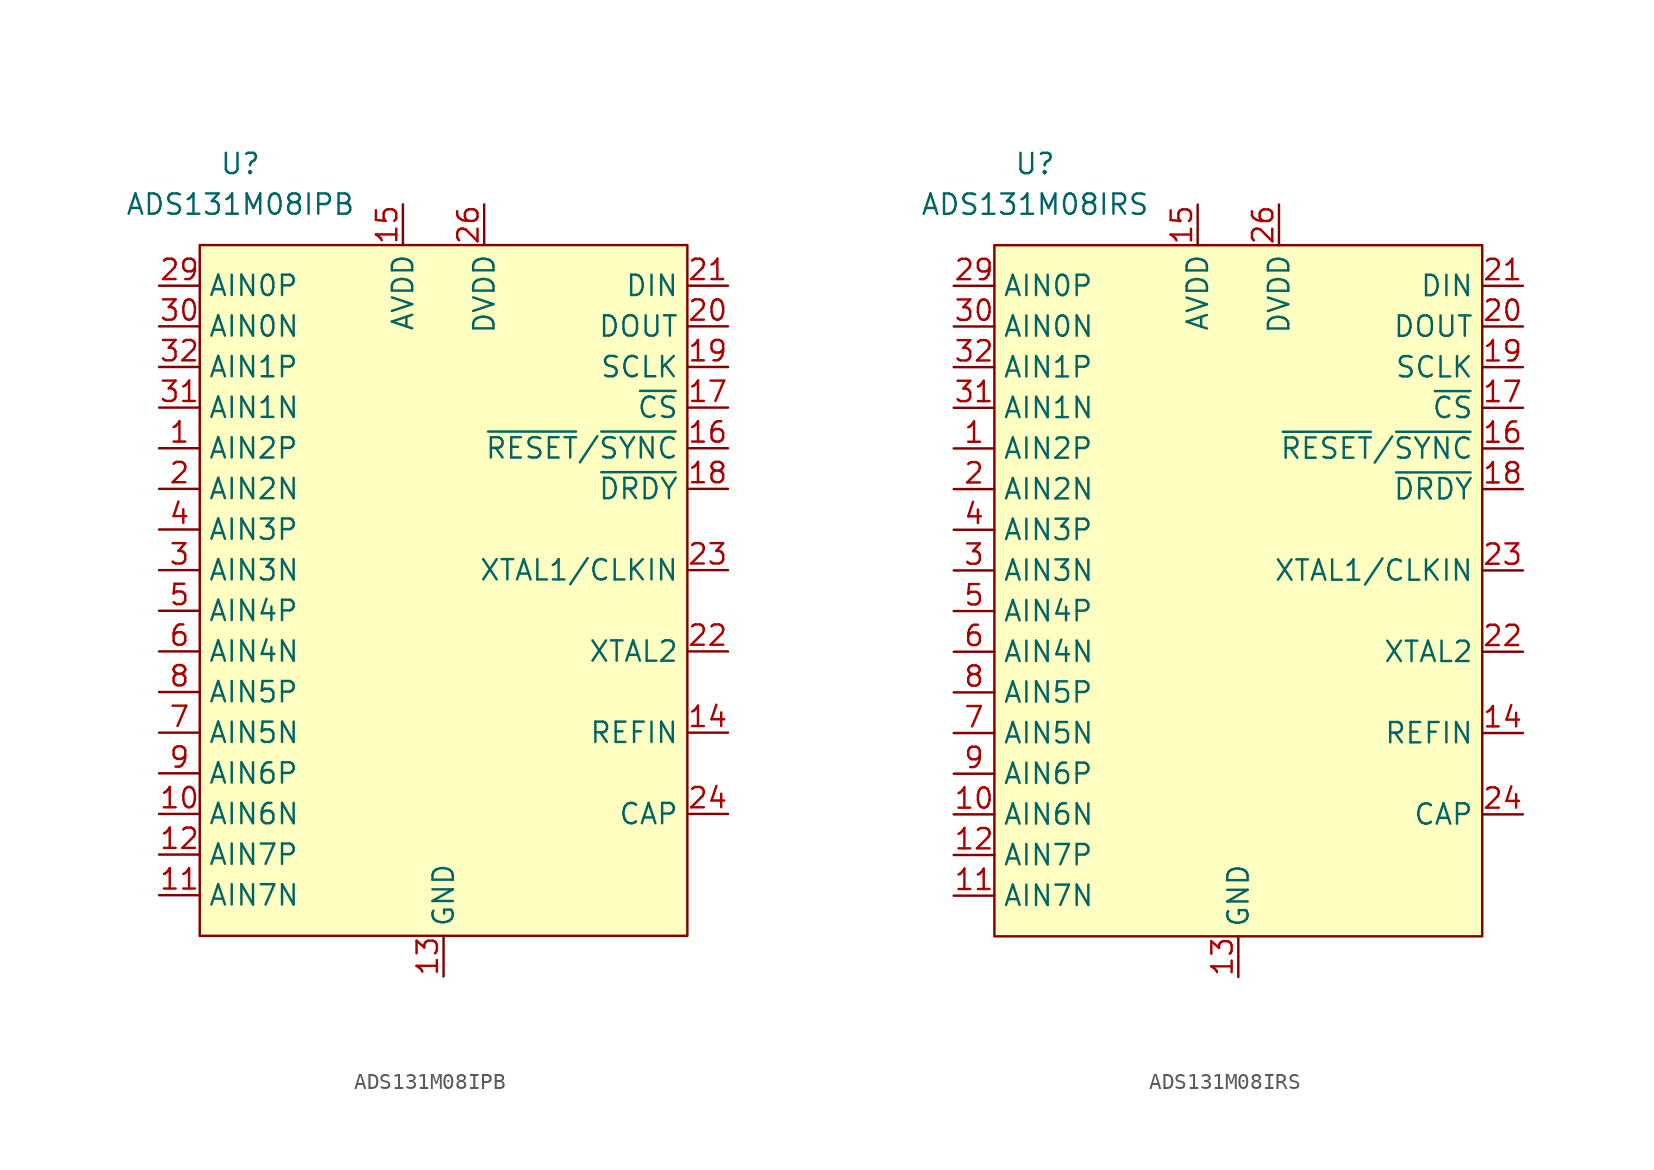
<source format=kicad_sym>
(kicad_symbol_lib
  (version 20231120)
  (generator "kicad_symbol_editor")
  (generator_version "8.0")
  (symbol "ADS131M08IPB"
    (property "Reference" "U"
      (at -12.7 27.94 0)
      (effects (font (size 1.27 1.27))))
    (property "Value" "ADS131M08IPB"
      (at -12.7 25.4 0)
      (effects (font (size 1.27 1.27))))
    (symbol "ADS131M08IPB_0_0"
      (pin input line (at -17.78 10.16 0) (length 2.54) (name "AIN2P" (effects (font (size 1.27 1.27)))) (number "1" (effects (font (size 1.27 1.27)))))
      (pin input line (at -17.78 -12.7 0) (length 2.54) (name "AIN6N" (effects (font (size 1.27 1.27)))) (number "10" (effects (font (size 1.27 1.27)))))
      (pin input line (at -17.78 -17.78 0) (length 2.54) (name "AIN7N" (effects (font (size 1.27 1.27)))) (number "11" (effects (font (size 1.27 1.27)))))
      (pin input line (at -17.78 -15.24 0) (length 2.54) (name "AIN7P" (effects (font (size 1.27 1.27)))) (number "12" (effects (font (size 1.27 1.27)))))
      (pin power_in line (at 0 -22.86 90) (length 2.54) (name "GND" (effects (font (size 1.27 1.27)))) (number "13" (effects (font (size 1.27 1.27)))))
      (pin input line (at 17.78 -7.62 180) (length 2.54) (name "REFIN" (effects (font (size 1.27 1.27)))) (number "14" (effects (font (size 1.27 1.27)))))
      (pin power_in line (at -2.54 25.4 270) (length 2.54) (name "AVDD" (effects (font (size 1.27 1.27)))) (number "15" (effects (font (size 1.27 1.27)))))
      (pin input line (at 17.78 15.24 180) (length 2.54) (name "SCLK" (effects (font (size 1.27 1.27)))) (number "19" (effects (font (size 1.27 1.27)))))
      (pin input line (at -17.78 7.62 0) (length 2.54) (name "AIN2N" (effects (font (size 1.27 1.27)))) (number "2" (effects (font (size 1.27 1.27)))))
      (pin output line (at 17.78 17.78 180) (length 2.54) (name "DOUT" (effects (font (size 1.27 1.27)))) (number "20" (effects (font (size 1.27 1.27)))))
      (pin input line (at 17.78 20.32 180) (length 2.54) (name "DIN" (effects (font (size 1.27 1.27)))) (number "21" (effects (font (size 1.27 1.27)))))
      (pin output line (at 17.78 -2.54 180) (length 2.54) (name "XTAL2" (effects (font (size 1.27 1.27)))) (number "22" (effects (font (size 1.27 1.27)))))
      (pin input line (at 17.78 2.54 180) (length 2.54) (name "XTAL1/CLKIN" (effects (font (size 1.27 1.27)))) (number "23" (effects (font (size 1.27 1.27)))))
      (pin output line (at 17.78 -12.7 180) (length 2.54) (name "CAP" (effects (font (size 1.27 1.27)))) (number "24" (effects (font (size 1.27 1.27)))))
      (pin passive line (at 0 -22.86 90) (length 2.54) hide (name "DGND" (effects (font (size 1.27 1.27)))) (number "25" (effects (font (size 1.27 1.27)))))
      (pin power_in line (at 2.54 25.4 270) (length 2.54) (name "DVDD" (effects (font (size 1.27 1.27)))) (number "26" (effects (font (size 1.27 1.27)))))
      (pin passive line (at 0 -22.86 90) (length 2.54) hide (name "AGND" (effects (font (size 1.27 1.27)))) (number "28" (effects (font (size 1.27 1.27)))))
      (pin input line (at -17.78 20.32 0) (length 2.54) (name "AIN0P" (effects (font (size 1.27 1.27)))) (number "29" (effects (font (size 1.27 1.27)))))
      (pin input line (at -17.78 2.54 0) (length 2.54) (name "AIN3N" (effects (font (size 1.27 1.27)))) (number "3" (effects (font (size 1.27 1.27)))))
      (pin input line (at -17.78 17.78 0) (length 2.54) (name "AIN0N" (effects (font (size 1.27 1.27)))) (number "30" (effects (font (size 1.27 1.27)))))
      (pin input line (at -17.78 12.7 0) (length 2.54) (name "AIN1N" (effects (font (size 1.27 1.27)))) (number "31" (effects (font (size 1.27 1.27)))))
      (pin input line (at -17.78 15.24 0) (length 2.54) (name "AIN1P" (effects (font (size 1.27 1.27)))) (number "32" (effects (font (size 1.27 1.27)))))
      (pin input line (at -17.78 5.08 0) (length 2.54) (name "AIN3P" (effects (font (size 1.27 1.27)))) (number "4" (effects (font (size 1.27 1.27)))))
      (pin input line (at -17.78 0 0) (length 2.54) (name "AIN4P" (effects (font (size 1.27 1.27)))) (number "5" (effects (font (size 1.27 1.27)))))
      (pin input line (at -17.78 -2.54 0) (length 2.54) (name "AIN4N" (effects (font (size 1.27 1.27)))) (number "6" (effects (font (size 1.27 1.27)))))
      (pin input line (at -17.78 -7.62 0) (length 2.54) (name "AIN5N" (effects (font (size 1.27 1.27)))) (number "7" (effects (font (size 1.27 1.27)))))
      (pin input line (at -17.78 -5.08 0) (length 2.54) (name "AIN5P" (effects (font (size 1.27 1.27)))) (number "8" (effects (font (size 1.27 1.27)))))
      (pin input line (at -17.78 -10.16 0) (length 2.54) (name "AIN6P" (effects (font (size 1.27 1.27)))) (number "9" (effects (font (size 1.27 1.27))))))
    (symbol "ADS131M08IPB_1_0"
      (pin input line (at 17.78 10.16 180) (length 2.54) (name "~{RESET}/~{SYNC}" (effects (font (size 1.27 1.27)))) (number "16" (effects (font (size 1.27 1.27)))))
      (pin input line (at 17.78 12.7 180) (length 2.54) (name "~{CS}" (effects (font (size 1.27 1.27)))) (number "17" (effects (font (size 1.27 1.27)))))
      (pin output line (at 17.78 7.62 180) (length 2.54) (name "~{DRDY}" (effects (font (size 1.27 1.27)))) (number "18" (effects (font (size 1.27 1.27)))))
      (pin no_connect line (at 5.08 -20.32 90) (length 2.54) hide (name "NC" (effects (font (size 1.27 1.27)))) (number "27" (effects (font (size 1.27 1.27))))))
    (symbol "ADS131M08IPB_1_1"
      (rectangle (start -15.24 22.86) (end 15.24 -20.32) (stroke (width 0) (type default)) (fill (type background)))))
  (symbol "ADS131M08IRS"
    (property "Reference" "U"
      (at -12.7 27.94 0)
      (effects (font (size 1.27 1.27))))
    (property "Value" "ADS131M08IRS"
      (at -12.7 25.4 0)
      (effects (font (size 1.27 1.27))))
    (symbol "ADS131M08IRS_0_0"
      (pin input line (at -17.78 10.16 0) (length 2.54) (name "AIN2P" (effects (font (size 1.27 1.27)))) (number "1" (effects (font (size 1.27 1.27)))))
      (pin input line (at -17.78 -12.7 0) (length 2.54) (name "AIN6N" (effects (font (size 1.27 1.27)))) (number "10" (effects (font (size 1.27 1.27)))))
      (pin input line (at -17.78 -17.78 0) (length 2.54) (name "AIN7N" (effects (font (size 1.27 1.27)))) (number "11" (effects (font (size 1.27 1.27)))))
      (pin input line (at -17.78 -15.24 0) (length 2.54) (name "AIN7P" (effects (font (size 1.27 1.27)))) (number "12" (effects (font (size 1.27 1.27)))))
      (pin power_in line (at 0 -22.86 90) (length 2.54) (name "GND" (effects (font (size 1.27 1.27)))) (number "13" (effects (font (size 1.27 1.27)))))
      (pin input line (at 17.78 -7.62 180) (length 2.54) (name "REFIN" (effects (font (size 1.27 1.27)))) (number "14" (effects (font (size 1.27 1.27)))))
      (pin power_in line (at -2.54 25.4 270) (length 2.54) (name "AVDD" (effects (font (size 1.27 1.27)))) (number "15" (effects (font (size 1.27 1.27)))))
      (pin input line (at 17.78 15.24 180) (length 2.54) (name "SCLK" (effects (font (size 1.27 1.27)))) (number "19" (effects (font (size 1.27 1.27)))))
      (pin input line (at -17.78 7.62 0) (length 2.54) (name "AIN2N" (effects (font (size 1.27 1.27)))) (number "2" (effects (font (size 1.27 1.27)))))
      (pin output line (at 17.78 17.78 180) (length 2.54) (name "DOUT" (effects (font (size 1.27 1.27)))) (number "20" (effects (font (size 1.27 1.27)))))
      (pin input line (at 17.78 20.32 180) (length 2.54) (name "DIN" (effects (font (size 1.27 1.27)))) (number "21" (effects (font (size 1.27 1.27)))))
      (pin output line (at 17.78 -2.54 180) (length 2.54) (name "XTAL2" (effects (font (size 1.27 1.27)))) (number "22" (effects (font (size 1.27 1.27)))))
      (pin input line (at 17.78 2.54 180) (length 2.54) (name "XTAL1/CLKIN" (effects (font (size 1.27 1.27)))) (number "23" (effects (font (size 1.27 1.27)))))
      (pin output line (at 17.78 -12.7 180) (length 2.54) (name "CAP" (effects (font (size 1.27 1.27)))) (number "24" (effects (font (size 1.27 1.27)))))
      (pin passive line (at 0 -22.86 90) (length 2.54) hide (name "DGND" (effects (font (size 1.27 1.27)))) (number "25" (effects (font (size 1.27 1.27)))))
      (pin power_in line (at 2.54 25.4 270) (length 2.54) (name "DVDD" (effects (font (size 1.27 1.27)))) (number "26" (effects (font (size 1.27 1.27)))))
      (pin passive line (at 0 -22.86 90) (length 2.54) hide (name "AGND" (effects (font (size 1.27 1.27)))) (number "28" (effects (font (size 1.27 1.27)))))
      (pin input line (at -17.78 20.32 0) (length 2.54) (name "AIN0P" (effects (font (size 1.27 1.27)))) (number "29" (effects (font (size 1.27 1.27)))))
      (pin input line (at -17.78 2.54 0) (length 2.54) (name "AIN3N" (effects (font (size 1.27 1.27)))) (number "3" (effects (font (size 1.27 1.27)))))
      (pin input line (at -17.78 17.78 0) (length 2.54) (name "AIN0N" (effects (font (size 1.27 1.27)))) (number "30" (effects (font (size 1.27 1.27)))))
      (pin input line (at -17.78 12.7 0) (length 2.54) (name "AIN1N" (effects (font (size 1.27 1.27)))) (number "31" (effects (font (size 1.27 1.27)))))
      (pin input line (at -17.78 15.24 0) (length 2.54) (name "AIN1P" (effects (font (size 1.27 1.27)))) (number "32" (effects (font (size 1.27 1.27)))))
      (pin passive line (at 0 -22.86 90) (length 2.54) hide (name "EP" (effects (font (size 1.27 1.27)))) (number "33" (effects (font (size 1.27 1.27)))))
      (pin input line (at -17.78 5.08 0) (length 2.54) (name "AIN3P" (effects (font (size 1.27 1.27)))) (number "4" (effects (font (size 1.27 1.27)))))
      (pin input line (at -17.78 0 0) (length 2.54) (name "AIN4P" (effects (font (size 1.27 1.27)))) (number "5" (effects (font (size 1.27 1.27)))))
      (pin input line (at -17.78 -2.54 0) (length 2.54) (name "AIN4N" (effects (font (size 1.27 1.27)))) (number "6" (effects (font (size 1.27 1.27)))))
      (pin input line (at -17.78 -7.62 0) (length 2.54) (name "AIN5N" (effects (font (size 1.27 1.27)))) (number "7" (effects (font (size 1.27 1.27)))))
      (pin input line (at -17.78 -5.08 0) (length 2.54) (name "AIN5P" (effects (font (size 1.27 1.27)))) (number "8" (effects (font (size 1.27 1.27)))))
      (pin input line (at -17.78 -10.16 0) (length 2.54) (name "AIN6P" (effects (font (size 1.27 1.27)))) (number "9" (effects (font (size 1.27 1.27))))))
    (symbol "ADS131M08IRS_1_0"
      (pin input line (at 17.78 10.16 180) (length 2.54) (name "~{RESET}/~{SYNC}" (effects (font (size 1.27 1.27)))) (number "16" (effects (font (size 1.27 1.27)))))
      (pin input line (at 17.78 12.7 180) (length 2.54) (name "~{CS}" (effects (font (size 1.27 1.27)))) (number "17" (effects (font (size 1.27 1.27)))))
      (pin output line (at 17.78 7.62 180) (length 2.54) (name "~{DRDY}" (effects (font (size 1.27 1.27)))) (number "18" (effects (font (size 1.27 1.27)))))
      (pin no_connect line (at 5.08 -20.32 90) (length 2.54) hide (name "NC" (effects (font (size 1.27 1.27)))) (number "27" (effects (font (size 1.27 1.27))))))
    (symbol "ADS131M08IRS_1_1"
      (rectangle (start -15.24 22.86) (end 15.24 -20.32) (stroke (width 0) (type default)) (fill (type background))))))
</source>
